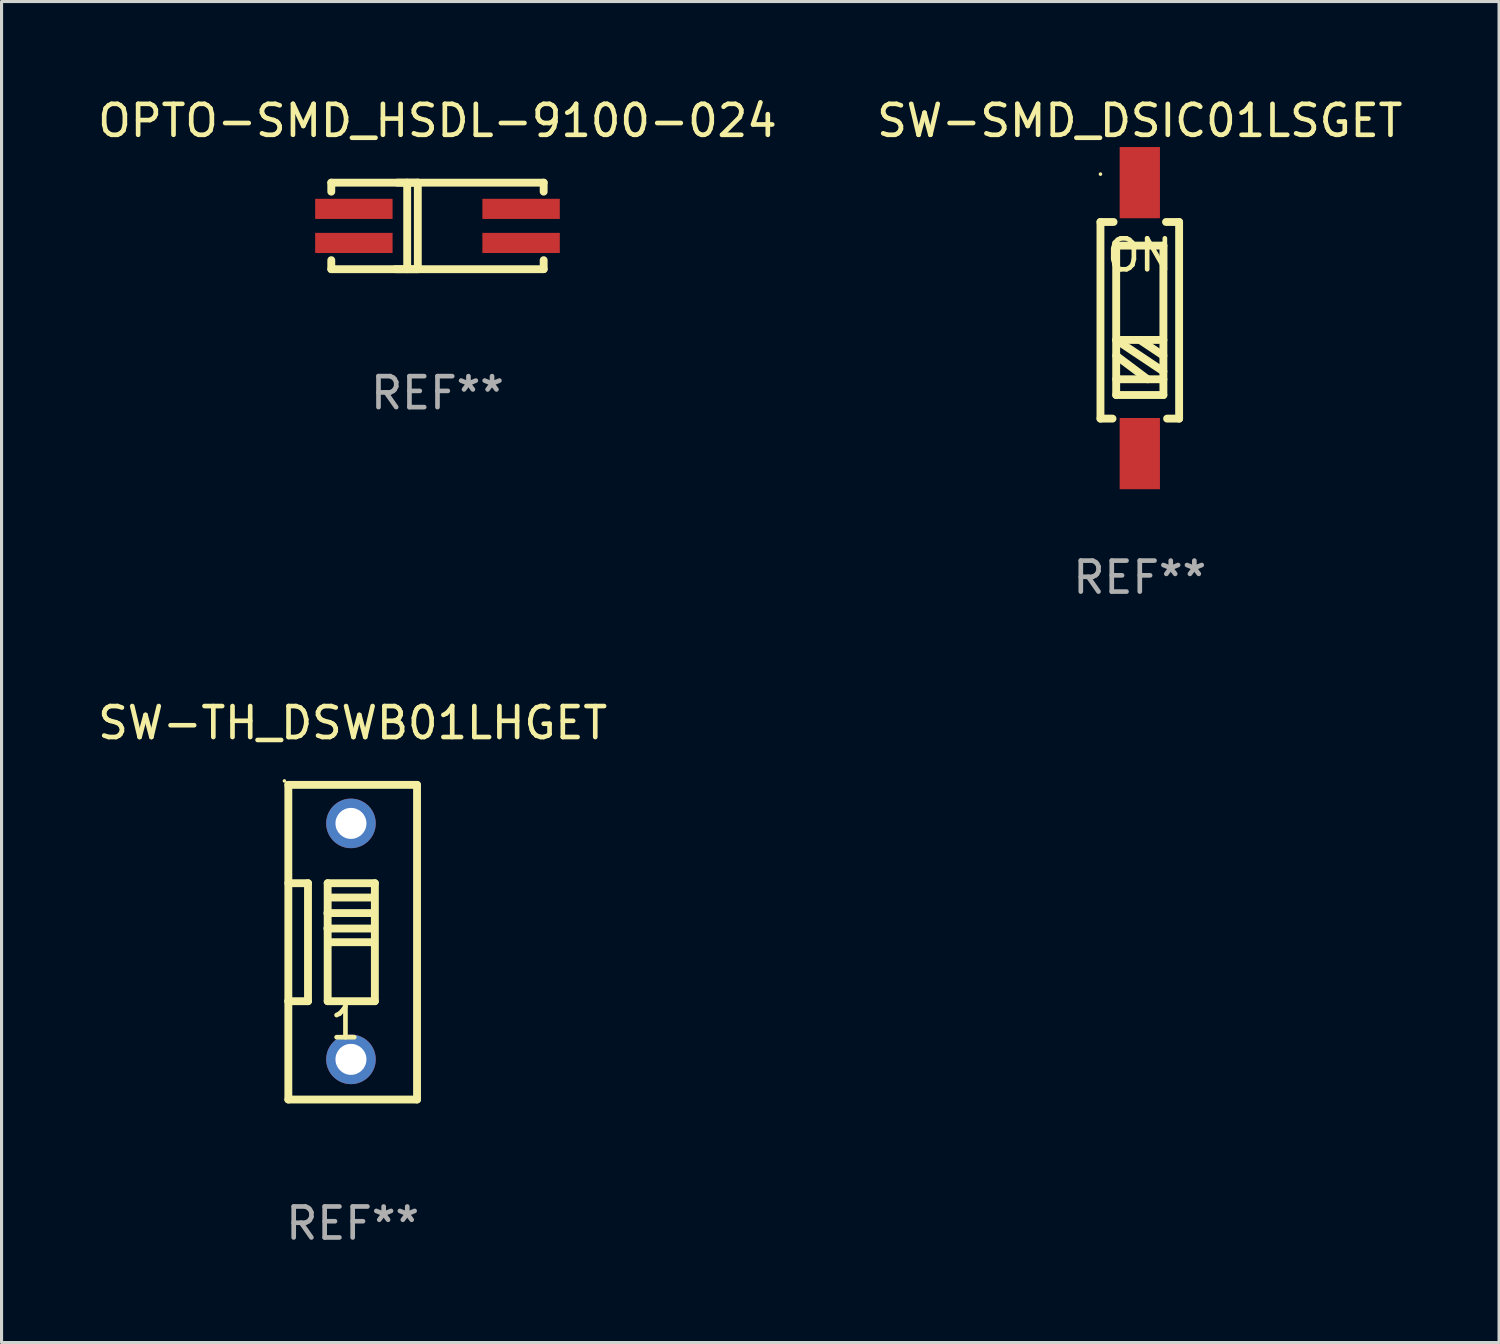
<source format=kicad_pcb>
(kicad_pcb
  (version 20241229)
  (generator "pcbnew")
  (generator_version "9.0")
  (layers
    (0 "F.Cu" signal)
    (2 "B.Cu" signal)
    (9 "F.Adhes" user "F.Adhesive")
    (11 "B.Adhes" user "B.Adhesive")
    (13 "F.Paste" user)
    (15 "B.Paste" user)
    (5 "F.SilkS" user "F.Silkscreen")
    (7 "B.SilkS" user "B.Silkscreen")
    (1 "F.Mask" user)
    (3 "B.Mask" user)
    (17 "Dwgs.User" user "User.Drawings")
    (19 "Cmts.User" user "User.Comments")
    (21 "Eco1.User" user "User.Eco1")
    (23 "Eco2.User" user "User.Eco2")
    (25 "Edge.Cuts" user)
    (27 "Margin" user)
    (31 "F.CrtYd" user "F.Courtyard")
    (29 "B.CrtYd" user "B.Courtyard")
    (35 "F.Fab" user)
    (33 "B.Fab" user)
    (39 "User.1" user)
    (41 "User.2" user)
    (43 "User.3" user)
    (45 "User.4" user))
  (footprint "SW-SMD_DSIC01LSGET"
    (layer "F.Cu")
    (at 33.756 7.223)
    (property "Reference" "SW-SMD_DSIC01LSGET" (at 0 -6.375 0) (layer "F.SilkS") (effects (font (size 1 1) (thickness 0.15))))
    (attr smd)
    (fp_line (start -1.27 -3.105) (end -0.847 -3.105) (stroke (width 0.254) (type solid)) (layer "F.SilkS"))
    (fp_line (start -1.27 3.245) (end -1.27 -3.105) (stroke (width 0.254) (type solid)) (layer "F.SilkS"))
    (fp_line (start -1.27 3.245) (end -0.881 3.245) (stroke (width 0.254) (type solid)) (layer "F.SilkS"))
    (fp_line (start -0.762 -2.343) (end 0.762 -2.343) (stroke (width 0.254) (type solid)) (layer "F.SilkS"))
    (fp_line (start -0.762 0.705) (end 0.762 0.705) (stroke (width 0.254) (type solid)) (layer "F.SilkS"))
    (fp_line (start -0.762 1.213) (end 0.254 1.975) (stroke (width 0.254) (type solid)) (layer "F.SilkS"))
    (fp_line (start -0.762 1.975) (end 0.762 1.975) (stroke (width 0.254) (type solid)) (layer "F.SilkS"))
    (fp_line (start -0.762 2.483) (end -0.762 -2.343) (stroke (width 0.254) (type solid)) (layer "F.SilkS"))
    (fp_line (start 0 0.705) (end 0.762 1.213) (stroke (width 0.254) (type solid)) (layer "F.SilkS"))
    (fp_line (start 0.762 -2.343) (end 0.762 2.483) (stroke (width 0.254) (type solid)) (layer "F.SilkS"))
    (fp_line (start 0.762 1.721) (end -0.762 0.705) (stroke (width 0.254) (type solid)) (layer "F.SilkS"))
    (fp_line (start 0.762 2.483) (end -0.762 2.483) (stroke (width 0.254) (type solid)) (layer "F.SilkS"))
    (fp_line (start 0.847 -3.105) (end 1.27 -3.105) (stroke (width 0.254) (type solid)) (layer "F.SilkS"))
    (fp_line (start 0.881 3.245) (end 1.27 3.245) (stroke (width 0.254) (type solid)) (layer "F.SilkS"))
    (fp_line (start 1.27 -3.105) (end 1.27 3.245) (stroke (width 0.254) (type solid)) (layer "F.SilkS"))
    (fp_circle (center -1.27 -4.65) (end -1.24 -4.65) (stroke (width 0.06) (type solid)) (fill no) (layer "F.SilkS"))
    (fp_text user "ON" (at 0 -2.032 0) (layer "F.SilkS") (effects (font (size 1 1) (thickness 0.15))))
    (fp_text user "REF**" (at 0 8.375 0) (layer "F.Fab") (effects (font (size 1 1) (thickness 0.15))))
    (pad "1" smd rect (at 0 -4.375) (size 1.3 2.3) (layers "F.Cu" "F.Mask" "F.Paste"))
    (pad "2" smd rect (at 0 4.375) (size 1.3 2.3) (layers "F.Cu" "F.Mask" "F.Paste")))
  (footprint "SW-TH_DSWB01LHGET"
    (layer "F.Cu")
    (at 8.283 27.349)
    (property "Reference" "SW-TH_DSWB01LHGET" (at 0.056 -7.054 0) (layer "F.SilkS") (effects (font (size 1 1) (thickness 0.15))))
    (attr through_hole)
    (fp_line (start -2.022 -5.054) (end -2.022 1.931) (stroke (width 0.254) (type solid)) (layer "F.SilkS"))
    (fp_line (start -2.022 -1.879) (end -1.387 -1.879) (stroke (width 0.254) (type solid)) (layer "F.SilkS"))
    (fp_line (start -2.022 1.931) (end -2.022 5.106) (stroke (width 0.254) (type solid)) (layer "F.SilkS"))
    (fp_line (start -2.022 5.106) (end 2.134 5.106) (stroke (width 0.254) (type solid)) (layer "F.SilkS"))
    (fp_line (start -1.387 -1.879) (end -1.387 1.931) (stroke (width 0.254) (type solid)) (layer "F.SilkS"))
    (fp_line (start -1.387 1.931) (end -2.022 1.931) (stroke (width 0.254) (type solid)) (layer "F.SilkS"))
    (fp_line (start -0.761 -0.915) (end 0.639 -0.915) (stroke (width 0.254) (type solid)) (layer "F.SilkS"))
    (fp_line (start -0.761 -0.415) (end 0.639 -0.415) (stroke (width 0.254) (type solid)) (layer "F.SilkS"))
    (fp_line (start -0.752 -1.879) (end -0.752 1.931) (stroke (width 0.254) (type solid)) (layer "F.SilkS"))
    (fp_line (start -0.752 1.931) (end 0.772 1.931) (stroke (width 0.254) (type solid)) (layer "F.SilkS"))
    (fp_line (start -0.72 0.026) (end 0.68 0.026) (stroke (width 0.254) (type solid)) (layer "F.SilkS"))
    (fp_line (start -0.702 -1.415) (end 0.698 -1.415) (stroke (width 0.254) (type solid)) (layer "F.SilkS"))
    (fp_line (start 0.772 -1.879) (end -0.752 -1.879) (stroke (width 0.254) (type solid)) (layer "F.SilkS"))
    (fp_line (start 0.772 1.931) (end 0.772 -1.879) (stroke (width 0.254) (type solid)) (layer "F.SilkS"))
    (fp_line (start 2.134 -5.054) (end -2.022 -5.054) (stroke (width 0.254) (type solid)) (layer "F.SilkS"))
    (fp_line (start 2.134 5.106) (end 2.134 -5.054) (stroke (width 0.254) (type solid)) (layer "F.SilkS"))
    (fp_circle (center -2.149 -5.181) (end -2.119 -5.181) (stroke (width 0.06) (type solid)) (fill no) (layer "F.SilkS"))
    (fp_text user "1" (at -0.178 2.639 0) (layer "F.SilkS") (effects (font (size 1 1) (thickness 0.15))))
    (fp_text user "REF**" (at 0.056 9.106 0) (layer "F.Fab") (effects (font (size 1 1) (thickness 0.15))))
    (pad "1" thru_hole circle (at 0 -3.81) (size 1.6 1.6) (drill 1) (layers "*.Cu" "*.Mask"))
    (pad "2" thru_hole circle (at 0 3.81) (size 1.6 1.6) (drill 1) (layers "*.Cu" "*.Mask")))
  (footprint "OPTO-SMD_HSDL-9100-024"
    (layer "F.Cu")
    (at 11.077 4.245)
    (property "Reference" "OPTO-SMD_HSDL-9100-024" (at 0 -3.397 0) (layer "F.SilkS") (effects (font (size 1 1) (thickness 0.15))))
    (attr smd)
    (fp_line (start -3.429 -1.397) (end 3.429 -1.397) (stroke (width 0.254) (type solid)) (layer "F.SilkS"))
    (fp_line (start -3.429 -1.106) (end -3.429 -1.397) (stroke (width 0.254) (type solid)) (layer "F.SilkS"))
    (fp_line (start -3.429 1.397) (end -3.429 1.106) (stroke (width 0.254) (type solid)) (layer "F.SilkS"))
    (fp_line (start -1.293 -1.397) (end -0.635 -1.397) (stroke (width 0.254) (type solid)) (layer "F.SilkS"))
    (fp_line (start -0.978 -1.397) (end -0.978 1.397) (stroke (width 0.254) (type solid)) (layer "F.SilkS"))
    (fp_line (start -0.635 -1.397) (end -0.635 1.397) (stroke (width 0.254) (type solid)) (layer "F.SilkS"))
    (fp_line (start -0.635 1.397) (end -1.361 1.397) (stroke (width 0.254) (type solid)) (layer "F.SilkS"))
    (fp_line (start 3.429 -1.397) (end 3.429 -1.106) (stroke (width 0.254) (type solid)) (layer "F.SilkS"))
    (fp_line (start 3.429 1.106) (end 3.429 1.397) (stroke (width 0.254) (type solid)) (layer "F.SilkS"))
    (fp_line (start 3.429 1.397) (end -3.429 1.397) (stroke (width 0.254) (type solid)) (layer "F.SilkS"))
    (fp_circle (center -3.45 -1.375) (end -3.42 -1.375) (stroke (width 0.06) (type solid)) (fill no) (layer "F.SilkS"))
    (fp_text user "REF**" (at 0 5.397 0) (layer "F.Fab") (effects (font (size 1 1) (thickness 0.15))))
    (pad "1" smd rect (at -2.7 -0.55) (size 2.5 0.65) (layers "F.Cu" "F.Mask" "F.Paste"))
    (pad "2" smd rect (at -2.7 0.55) (size 2.5 0.65) (layers "F.Cu" "F.Mask" "F.Paste"))
    (pad "3" smd rect (at 2.7 0.55) (size 2.5 0.65) (layers "F.Cu" "F.Mask" "F.Paste"))
    (pad "4" smd rect (at 2.7 -0.55) (size 2.5 0.65) (layers "F.Cu" "F.Mask" "F.Paste")))
  (gr_rect
    (start -3 -3)
    (end 45.357 40.303)
    (stroke (width 0.1) (type default))
    (fill no)
    (layer "Edge.Cuts")))
</source>
